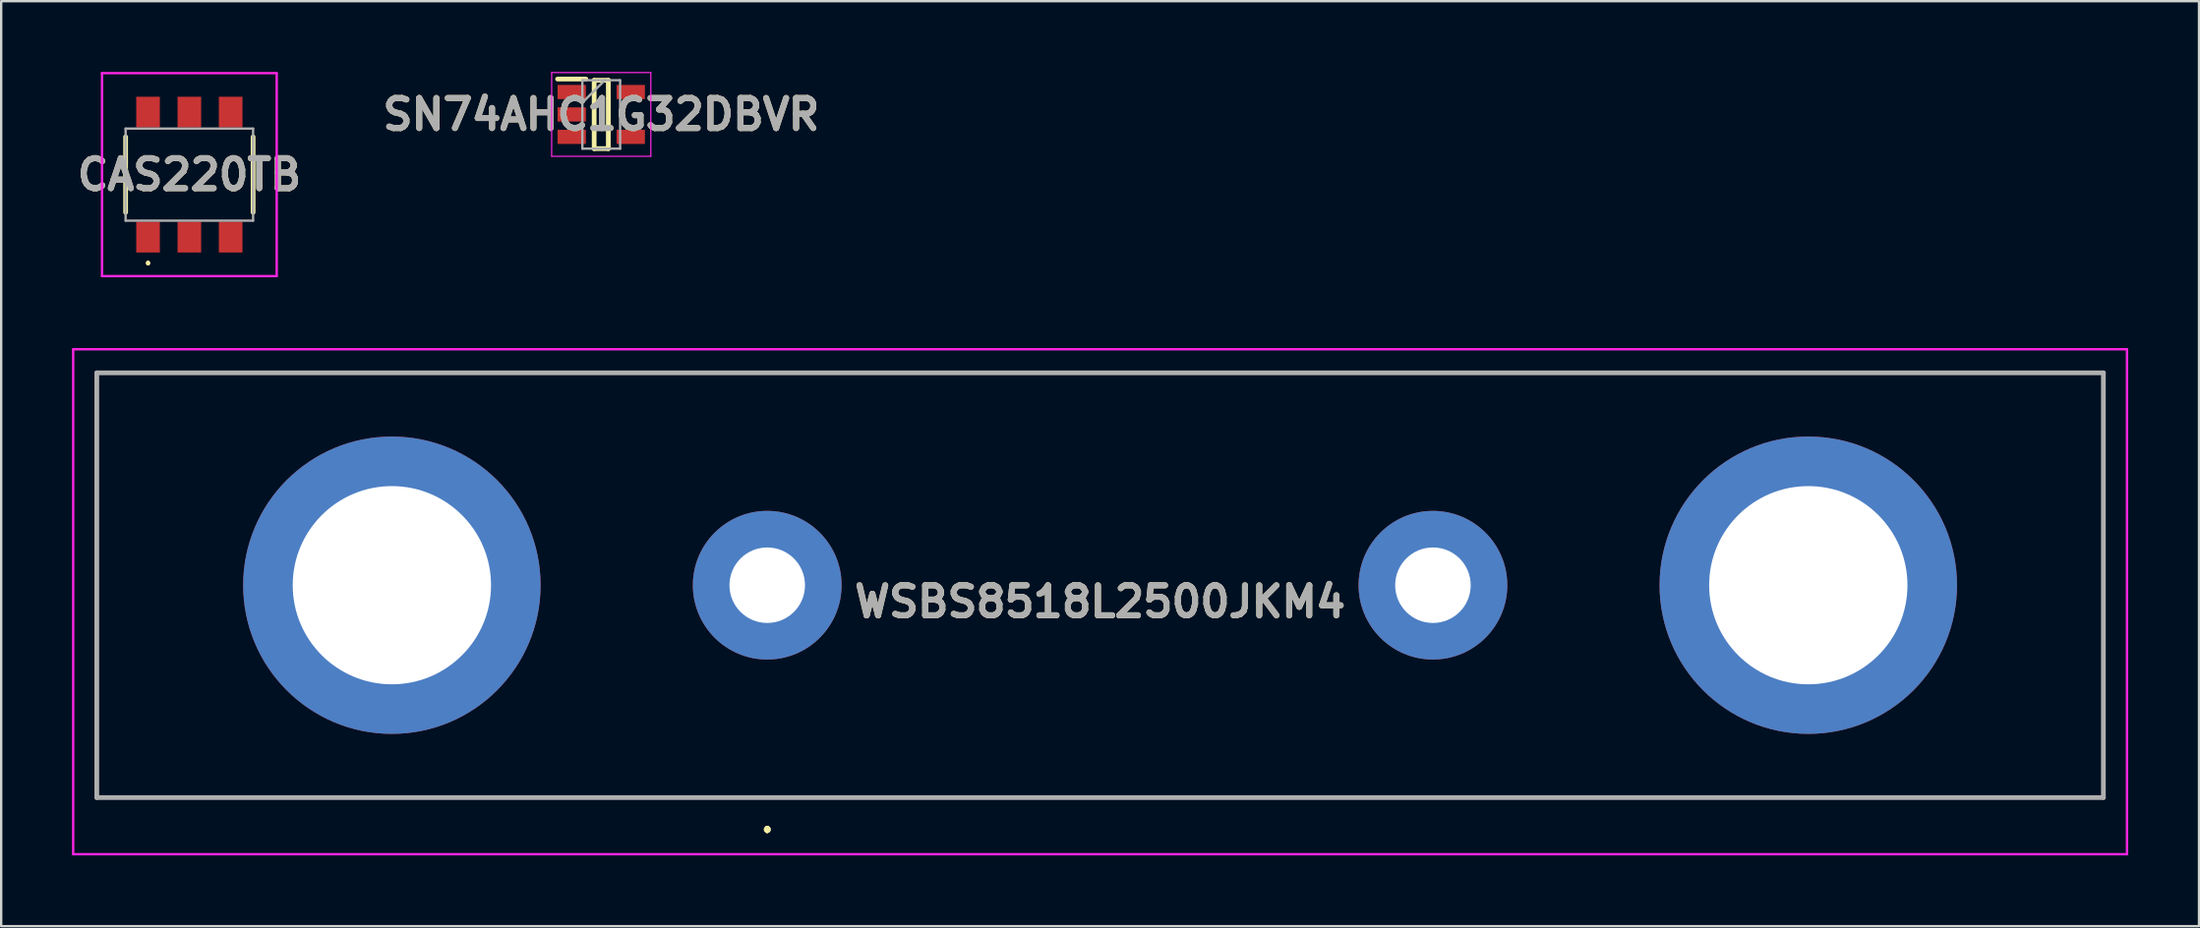
<source format=kicad_pcb>
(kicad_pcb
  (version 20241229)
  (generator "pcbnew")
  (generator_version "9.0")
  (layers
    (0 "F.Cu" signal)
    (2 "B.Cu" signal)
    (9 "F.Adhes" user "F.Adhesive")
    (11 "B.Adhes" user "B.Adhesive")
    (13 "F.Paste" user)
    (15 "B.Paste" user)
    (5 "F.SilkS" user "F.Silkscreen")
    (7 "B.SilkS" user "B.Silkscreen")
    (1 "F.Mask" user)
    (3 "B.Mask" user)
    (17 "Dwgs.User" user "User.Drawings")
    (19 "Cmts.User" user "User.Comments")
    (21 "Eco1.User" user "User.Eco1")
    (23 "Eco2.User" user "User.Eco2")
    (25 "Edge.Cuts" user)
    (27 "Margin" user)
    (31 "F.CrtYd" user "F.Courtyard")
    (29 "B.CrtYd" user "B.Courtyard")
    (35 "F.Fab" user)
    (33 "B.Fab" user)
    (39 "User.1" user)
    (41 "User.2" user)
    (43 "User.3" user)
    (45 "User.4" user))
  (footprint "SN74AHC1G32DBVR"
    (layer "F.Cu")
    (at 22.419 1.8)
    (property "Reference" "SN74AHC1G32DBVR" (at 0 0 0) (layer "F.SilkS") (effects (font (size 1.27 1.27) (thickness 0.254))))
    (attr smd)
    (fp_line (start -1.85 -1.5) (end -0.65 -1.5) (stroke (width 0.2) (type solid)) (layer "F.SilkS"))
    (fp_line (start -0.3 -1.45) (end 0.3 -1.45) (stroke (width 0.2) (type solid)) (layer "F.SilkS"))
    (fp_line (start -0.3 1.45) (end -0.3 -1.45) (stroke (width 0.2) (type solid)) (layer "F.SilkS"))
    (fp_line (start 0.3 -1.45) (end 0.3 1.45) (stroke (width 0.2) (type solid)) (layer "F.SilkS"))
    (fp_line (start 0.3 1.45) (end -0.3 1.45) (stroke (width 0.2) (type solid)) (layer "F.SilkS"))
    (fp_line (start -2.1 -1.775) (end 2.1 -1.775) (stroke (width 0.05) (type solid)) (layer "F.CrtYd"))
    (fp_line (start -2.1 1.775) (end -2.1 -1.775) (stroke (width 0.05) (type solid)) (layer "F.CrtYd"))
    (fp_line (start 2.1 -1.775) (end 2.1 1.775) (stroke (width 0.05) (type solid)) (layer "F.CrtYd"))
    (fp_line (start 2.1 1.775) (end -2.1 1.775) (stroke (width 0.05) (type solid)) (layer "F.CrtYd"))
    (fp_line (start -0.8 -1.45) (end 0.8 -1.45) (stroke (width 0.1) (type solid)) (layer "F.Fab"))
    (fp_line (start -0.8 -0.5) (end 0.15 -1.45) (stroke (width 0.1) (type solid)) (layer "F.Fab"))
    (fp_line (start -0.8 1.45) (end -0.8 -1.45) (stroke (width 0.1) (type solid)) (layer "F.Fab"))
    (fp_line (start 0.8 -1.45) (end 0.8 1.45) (stroke (width 0.1) (type solid)) (layer "F.Fab"))
    (fp_line (start 0.8 1.45) (end -0.8 1.45) (stroke (width 0.1) (type solid)) (layer "F.Fab"))
    (fp_text user "${REFERENCE}" (at 0 0 0) (layer "F.Fab") (effects (font (size 1.27 1.27) (thickness 0.254))))
    (pad "1" smd rect (at -1.25 -0.95 90) (size 0.6 1.2) (layers "F.Cu" "F.Mask" "F.Paste"))
    (pad "2" smd rect (at -1.25 0 90) (size 0.6 1.2) (layers "F.Cu" "F.Mask" "F.Paste"))
    (pad "3" smd rect (at -1.25 0.95 90) (size 0.6 1.2) (layers "F.Cu" "F.Mask" "F.Paste"))
    (pad "4" smd rect (at 1.25 0.95 90) (size 0.6 1.2) (layers "F.Cu" "F.Mask" "F.Paste"))
    (pad "5" smd rect (at 1.25 -0.95 90) (size 0.6 1.2) (layers "F.Cu" "F.Mask" "F.Paste")))
  (footprint "WSBS8518L2500JKM4"
    (layer "F.Cu")
    (at 29.45 21.75)
    (property "Reference" "WSBS8518L2500JKM4" (at 14.1 0.7 0) (layer "F.SilkS") (effects (font (size 1.27 1.27) (thickness 0.254))))
    (attr through_hole)
    (fp_line (start -28.4 -9) (end 56.6 -9) (stroke (width 0.1) (type solid)) (layer "F.SilkS"))
    (fp_line (start -28.4 9) (end -28.4 -9) (stroke (width 0.1) (type solid)) (layer "F.SilkS"))
    (fp_line (start 0 10.3) (end 0 10.3) (stroke (width 0.2) (type solid)) (layer "F.SilkS"))
    (fp_line (start 0 10.4) (end 0 10.4) (stroke (width 0.2) (type solid)) (layer "F.SilkS"))
    (fp_line (start 0 10.4) (end 0 10.4) (stroke (width 0.2) (type solid)) (layer "F.SilkS"))
    (fp_line (start 56.6 -9) (end 56.6 9) (stroke (width 0.1) (type solid)) (layer "F.SilkS"))
    (fp_line (start 56.6 9) (end -28.4 9) (stroke (width 0.1) (type solid)) (layer "F.SilkS"))
    (fp_arc (start 0 10.3) (mid 0.05 10.35) (end 0 10.4) (stroke (width 0.2) (type solid)) (layer "F.SilkS"))
    (fp_arc (start 0 10.3) (mid 0.05 10.35) (end 0 10.4) (stroke (width 0.2) (type solid)) (layer "F.SilkS"))
    (fp_arc (start 0 10.4) (mid -0.05 10.35) (end 0 10.3) (stroke (width 0.2) (type solid)) (layer "F.SilkS"))
    (fp_line (start -29.4 -10) (end 57.6 -10) (stroke (width 0.1) (type solid)) (layer "F.CrtYd"))
    (fp_line (start -29.4 11.4) (end -29.4 -10) (stroke (width 0.1) (type solid)) (layer "F.CrtYd"))
    (fp_line (start 57.6 -10) (end 57.6 11.4) (stroke (width 0.1) (type solid)) (layer "F.CrtYd"))
    (fp_line (start 57.6 11.4) (end -29.4 11.4) (stroke (width 0.1) (type solid)) (layer "F.CrtYd"))
    (fp_line (start -28.4 -9) (end 56.6 -9) (stroke (width 0.2) (type solid)) (layer "F.Fab"))
    (fp_line (start -28.4 9) (end -28.4 -9) (stroke (width 0.2) (type solid)) (layer "F.Fab"))
    (fp_line (start 56.6 -9) (end 56.6 9) (stroke (width 0.2) (type solid)) (layer "F.Fab"))
    (fp_line (start 56.6 9) (end -28.4 9) (stroke (width 0.2) (type solid)) (layer "F.Fab"))
    (fp_text user "${REFERENCE}" (at 14.1 0.7 0) (layer "F.Fab") (effects (font (size 1.27 1.27) (thickness 0.254))))
    (pad "1" thru_hole circle (at 0 0) (size 6.3 6.3) (drill 3.2) (layers "*.Cu" "*.Mask"))
    (pad "2" thru_hole circle (at 28.2 0) (size 6.3 6.3) (drill 3.2) (layers "*.Cu" "*.Mask"))
    (pad "MH1" thru_hole circle (at -15.9 0) (size 12.6 12.6) (drill 8.4) (layers "*.Cu" "*.Mask"))
    (pad "MH2" thru_hole circle (at 44.1 0) (size 12.6 12.6) (drill 8.4) (layers "*.Cu" "*.Mask")))
  (footprint "CAS220TB"
    (layer "F.Cu")
    (at 4.971 4.35)
    (property "Reference" "CAS220TB" (at 0 0 0) (layer "F.SilkS") (effects (font (size 1.27 1.27) (thickness 0.254))))
    (attr smd)
    (fp_line (start -2.7 -1.6) (end -2.7 1.6) (stroke (width 0.2) (type solid)) (layer "F.SilkS"))
    (fp_line (start -1.75 3.7) (end -1.75 3.7) (stroke (width 0.1) (type solid)) (layer "F.SilkS"))
    (fp_line (start -1.75 3.8) (end -1.75 3.8) (stroke (width 0.1) (type solid)) (layer "F.SilkS"))
    (fp_line (start 2.7 1.6) (end 2.7 -1.6) (stroke (width 0.2) (type solid)) (layer "F.SilkS"))
    (fp_arc (start -1.75 3.7) (mid -1.7 3.75) (end -1.75 3.8) (stroke (width 0.1) (type solid)) (layer "F.SilkS"))
    (fp_arc (start -1.75 3.8) (mid -1.8 3.75) (end -1.75 3.7) (stroke (width 0.1) (type solid)) (layer "F.SilkS"))
    (fp_line (start -3.7 -4.3) (end 3.7 -4.3) (stroke (width 0.1) (type solid)) (layer "F.CrtYd"))
    (fp_line (start -3.7 4.3) (end -3.7 -4.3) (stroke (width 0.1) (type solid)) (layer "F.CrtYd"))
    (fp_line (start 3.7 -4.3) (end 3.7 4.3) (stroke (width 0.1) (type solid)) (layer "F.CrtYd"))
    (fp_line (start 3.7 4.3) (end -3.7 4.3) (stroke (width 0.1) (type solid)) (layer "F.CrtYd"))
    (fp_line (start -2.7 -1.95) (end -2.7 1.95) (stroke (width 0.1) (type solid)) (layer "F.Fab"))
    (fp_line (start -2.7 1.95) (end 2.7 1.95) (stroke (width 0.1) (type solid)) (layer "F.Fab"))
    (fp_line (start 2.7 -1.95) (end -2.7 -1.95) (stroke (width 0.1) (type solid)) (layer "F.Fab"))
    (fp_line (start 2.7 1.95) (end 2.7 -1.95) (stroke (width 0.1) (type solid)) (layer "F.Fab"))
    (fp_text user "${REFERENCE}" (at 0 0 0) (layer "F.Fab") (effects (font (size 1.27 1.27) (thickness 0.254))))
    (pad "1" smd rect (at -1.75 2.65) (size 1 1.3) (layers "F.Cu" "F.Mask" "F.Paste"))
    (pad "2" smd rect (at 0 2.65) (size 1 1.3) (layers "F.Cu" "F.Mask" "F.Paste"))
    (pad "3" smd rect (at 1.75 2.65) (size 1 1.3) (layers "F.Cu" "F.Mask" "F.Paste"))
    (pad "4" smd rect (at -1.75 -2.65) (size 1 1.3) (layers "F.Cu" "F.Mask" "F.Paste"))
    (pad "5" smd rect (at 0 -2.65) (size 1 1.3) (layers "F.Cu" "F.Mask" "F.Paste"))
    (pad "6" smd rect (at 1.75 -2.65) (size 1 1.3) (layers "F.Cu" "F.Mask" "F.Paste")))
  (gr_rect
    (start -3 -3)
    (end 90.1 36.2)
    (stroke (width 0.1) (type default))
    (fill no)
    (layer "Edge.Cuts")))
</source>
